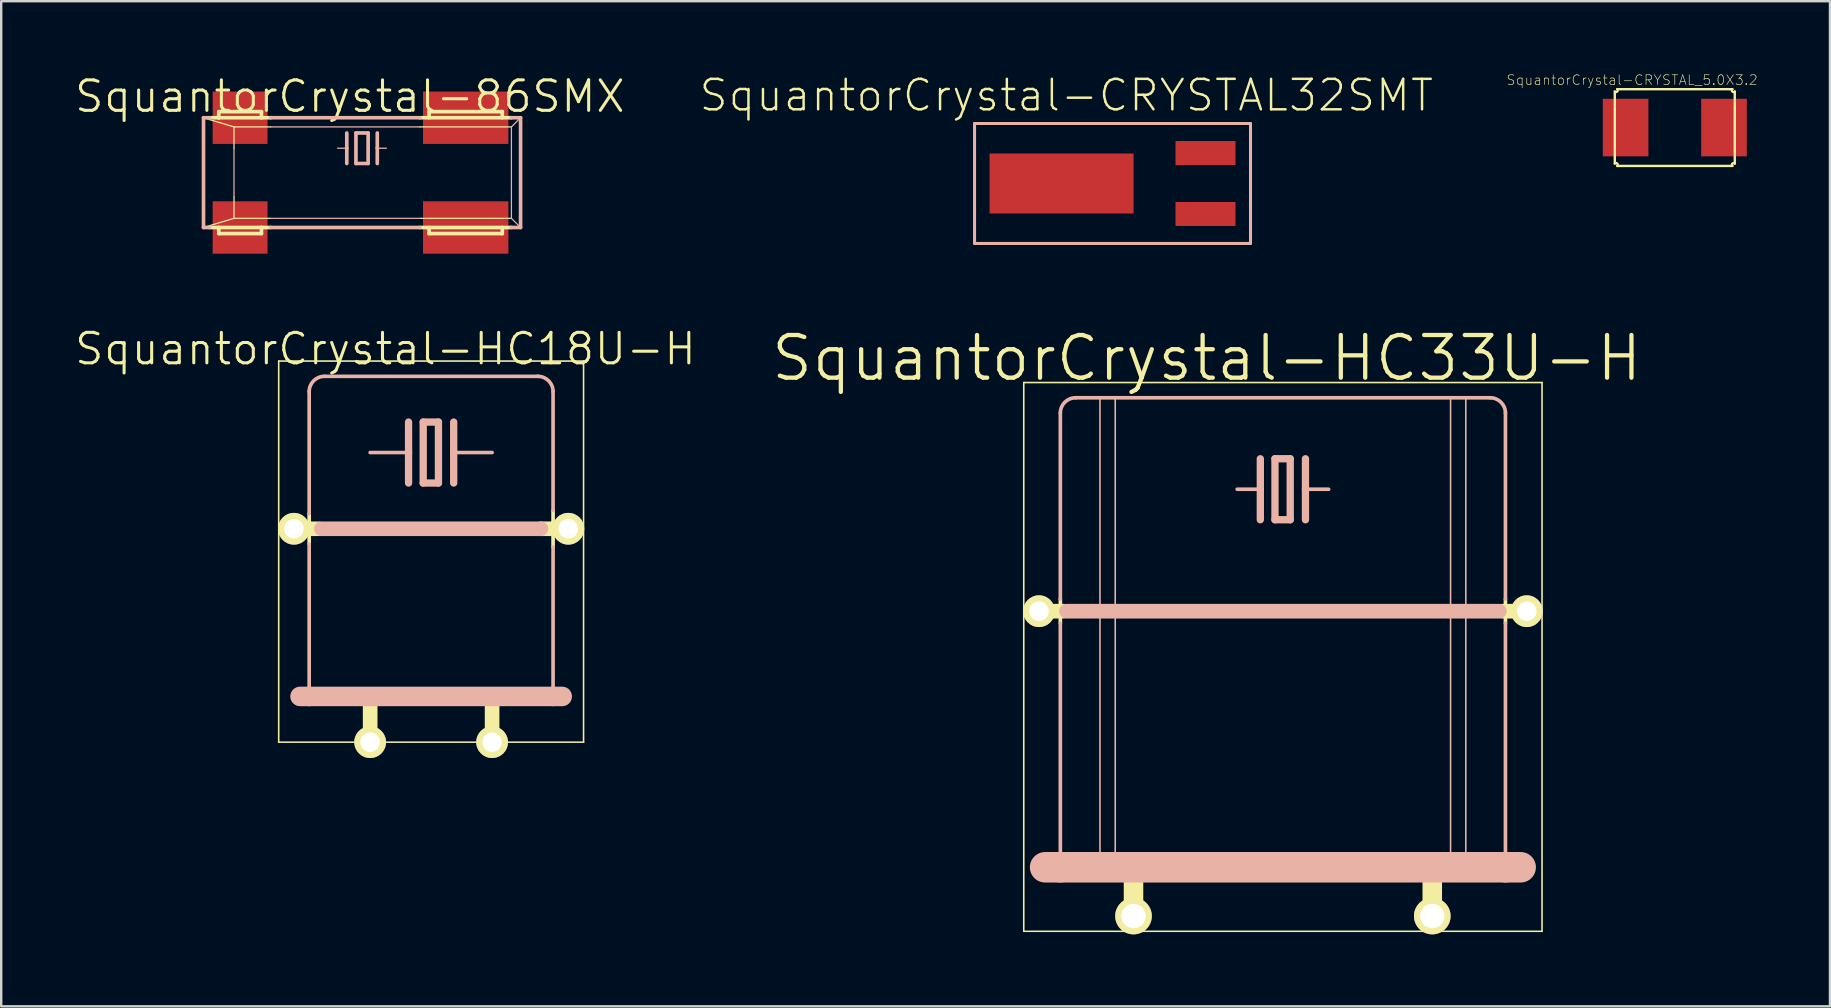
<source format=kicad_pcb>
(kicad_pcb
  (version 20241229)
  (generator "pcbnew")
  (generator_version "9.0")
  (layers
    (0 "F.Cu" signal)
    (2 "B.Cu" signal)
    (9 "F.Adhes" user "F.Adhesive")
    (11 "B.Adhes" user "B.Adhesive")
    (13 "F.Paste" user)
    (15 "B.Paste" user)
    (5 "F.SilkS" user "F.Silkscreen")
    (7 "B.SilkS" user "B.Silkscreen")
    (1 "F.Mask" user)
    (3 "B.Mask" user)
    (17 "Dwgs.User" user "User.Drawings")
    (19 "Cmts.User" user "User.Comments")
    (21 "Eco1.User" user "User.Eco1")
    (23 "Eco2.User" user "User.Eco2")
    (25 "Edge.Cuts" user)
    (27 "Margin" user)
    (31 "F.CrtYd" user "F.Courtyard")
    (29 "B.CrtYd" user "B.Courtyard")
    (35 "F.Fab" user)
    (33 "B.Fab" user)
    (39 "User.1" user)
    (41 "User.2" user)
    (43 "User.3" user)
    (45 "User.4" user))
  (footprint "SquantorCrystal-CRYSTAL32SMT"
    (layer "F.Cu")
    (at 45.046 4.594)
    (property "Reference" "SquantorCrystal-CRYSTAL32SMT" (at -3.673 -3.673 0) (layer "F.SilkS") (effects (font (size 1.27 1.27) (thickness 0.102))))
    (attr smd)
    (fp_line (start -7.498 -2.499) (end -7.498 2.499) (stroke (width 0.127) (type solid)) (layer "B.SilkS"))
    (fp_line (start -7.498 2.499) (end 3.998 2.499) (stroke (width 0.127) (type solid)) (layer "B.SilkS"))
    (fp_line (start 3.998 -2.499) (end -7.498 -2.499) (stroke (width 0.127) (type solid)) (layer "B.SilkS"))
    (fp_line (start 3.998 2.499) (end 3.998 -2.499) (stroke (width 0.127) (type solid)) (layer "B.SilkS"))
    (pad "1" smd rect (at 2.123 -1.27) (size 2.499 0.998) (layers "F.Cu" "F.Mask" "F.Paste"))
    (pad "2" smd rect (at 2.123 1.27) (size 2.499 0.998) (layers "F.Cu" "F.Mask" "F.Paste"))
    (pad "CYLI" smd rect (at -3.873 0) (size 5.999 2.499) (layers "F.Cu" "F.Mask" "F.Paste")))
  (footprint "SquantorCrystal-CRYSTAL_5.0X3.2"
    (layer "F.Cu")
    (at 66.719 2.264)
    (property "Reference" "SquantorCrystal-CRYSTAL_5.0X3.2" (at -1.778 -1.981 0) (layer "F.SilkS") (effects (font (size 0.406 0.406) (thickness 0.025))))
    (attr smd)
    (fp_line (start -2.499 -1.499) (end -2.499 1.499) (stroke (width 0.099) (type solid)) (layer "F.SilkS"))
    (fp_line (start -2.398 -1.598) (end 2.398 -1.598) (stroke (width 0.099) (type solid)) (layer "F.SilkS"))
    (fp_line (start -2.398 1.598) (end 2.398 1.598) (stroke (width 0.099) (type solid)) (layer "F.SilkS"))
    (fp_line (start 2.499 -1.499) (end 2.499 1.499) (stroke (width 0.099) (type solid)) (layer "F.SilkS"))
    (fp_arc (start -2.49936 1.4986) (mid -2.39776 1.4986) (end -2.39776 1.6002) (stroke (width 0.09906) (type solid)) (layer "F.SilkS"))
    (fp_arc (start -2.39776 -1.59766) (mid -2.4003 -1.4986) (end -2.49936 -1.50114) (stroke (width 0.09906) (type solid)) (layer "F.SilkS"))
    (fp_arc (start 2.39776 1.59766) (mid 2.4003 1.4986) (end 2.49936 1.50114) (stroke (width 0.09906) (type solid)) (layer "F.SilkS"))
    (fp_arc (start 2.49936 -1.4986) (mid 2.39776 -1.4986) (end 2.39776 -1.6002) (stroke (width 0.09906) (type solid)) (layer "F.SilkS"))
    (pad "1" smd rect (at -2.05 0) (size 1.9 2.398) (layers "F.Cu" "F.Mask" "F.Paste"))
    (pad "2" smd rect (at 2.05 0) (size 1.9 2.398) (layers "F.Cu" "F.Mask" "F.Paste")))
  (footprint "SquantorCrystal-HC18U-H"
    (layer "F.Cu")
    (at 14.91 22.787)
    (property "Reference" "SquantorCrystal-HC18U-H" (at -1.905 -11.303 0) (layer "F.SilkS") (effects (font (size 1.27 1.27) (thickness 0.127))))
    (attr exclude_from_pos_files exclude_from_bom)
    (fp_line (start -6.35 -10.795) (end 6.35 -10.795) (stroke (width 0.066) (type solid)) (layer "F.SilkS"))
    (fp_line (start -6.35 5.08) (end -6.35 -10.795) (stroke (width 0.066) (type solid)) (layer "F.SilkS"))
    (fp_line (start -6.35 5.08) (end 6.35 5.08) (stroke (width 0.066) (type solid)) (layer "F.SilkS"))
    (fp_line (start -5.08 -4.445) (end -5.08 -3.175) (stroke (width 0.152) (type solid)) (layer "F.SilkS"))
    (fp_line (start -4.699 -3.81) (end -5.715 -3.81) (stroke (width 0.61) (type solid)) (layer "F.SilkS"))
    (fp_line (start -2.54 3.302) (end -2.54 5.08) (stroke (width 0.61) (type solid)) (layer "F.SilkS"))
    (fp_line (start 2.54 3.302) (end 2.54 5.08) (stroke (width 0.61) (type solid)) (layer "F.SilkS"))
    (fp_line (start 4.572 -3.81) (end 5.08 -3.81) (stroke (width 0.61) (type solid)) (layer "F.SilkS"))
    (fp_line (start 5.08 -3.81) (end 5.08 -4.572) (stroke (width 0.152) (type solid)) (layer "F.SilkS"))
    (fp_line (start 5.08 -3.81) (end 5.08 -3.048) (stroke (width 0.152) (type solid)) (layer "F.SilkS"))
    (fp_line (start 5.08 -3.81) (end 5.715 -3.81) (stroke (width 0.61) (type solid)) (layer "F.SilkS"))
    (fp_line (start 6.35 5.08) (end 6.35 -10.795) (stroke (width 0.066) (type solid)) (layer "F.SilkS"))
    (fp_line (start -5.08 -4.445) (end -5.08 -9.525) (stroke (width 0.152) (type solid)) (layer "B.SilkS"))
    (fp_line (start -5.08 -3.175) (end -5.08 3.175) (stroke (width 0.152) (type solid)) (layer "B.SilkS"))
    (fp_line (start -5.08 3.175) (end -5.461 3.175) (stroke (width 0.813) (type solid)) (layer "B.SilkS"))
    (fp_line (start -4.572 -3.81) (end 4.572 -3.81) (stroke (width 0.61) (type solid)) (layer "B.SilkS"))
    (fp_line (start -0.94 -8.255) (end -0.94 -6.985) (stroke (width 0.305) (type solid)) (layer "B.SilkS"))
    (fp_line (start -0.94 -6.985) (end -2.54 -6.985) (stroke (width 0.152) (type solid)) (layer "B.SilkS"))
    (fp_line (start -0.94 -6.985) (end -0.94 -5.715) (stroke (width 0.305) (type solid)) (layer "B.SilkS"))
    (fp_line (start -0.33 -8.255) (end -0.33 -5.715) (stroke (width 0.305) (type solid)) (layer "B.SilkS"))
    (fp_line (start -0.33 -5.715) (end 0.305 -5.715) (stroke (width 0.305) (type solid)) (layer "B.SilkS"))
    (fp_line (start 0.305 -8.255) (end -0.33 -8.255) (stroke (width 0.305) (type solid)) (layer "B.SilkS"))
    (fp_line (start 0.305 -5.715) (end 0.305 -8.255) (stroke (width 0.305) (type solid)) (layer "B.SilkS"))
    (fp_line (start 0.94 -8.255) (end 0.94 -6.985) (stroke (width 0.305) (type solid)) (layer "B.SilkS"))
    (fp_line (start 0.94 -6.985) (end 0.94 -5.715) (stroke (width 0.305) (type solid)) (layer "B.SilkS"))
    (fp_line (start 0.94 -6.985) (end 2.54 -6.985) (stroke (width 0.152) (type solid)) (layer "B.SilkS"))
    (fp_line (start 4.445 -10.16) (end -4.445 -10.16) (stroke (width 0.152) (type solid)) (layer "B.SilkS"))
    (fp_line (start 5.08 -4.572) (end 5.08 -9.525) (stroke (width 0.152) (type solid)) (layer "B.SilkS"))
    (fp_line (start 5.08 -3.048) (end 5.08 3.175) (stroke (width 0.152) (type solid)) (layer "B.SilkS"))
    (fp_line (start 5.08 3.175) (end -5.08 3.175) (stroke (width 0.813) (type solid)) (layer "B.SilkS"))
    (fp_line (start 5.461 3.175) (end 5.08 3.175) (stroke (width 0.813) (type solid)) (layer "B.SilkS"))
    (fp_arc (start -5.08 -9.525) (mid -4.894013 -9.974013) (end -4.445 -10.16) (stroke (width 0.1524) (type solid)) (layer "B.SilkS"))
    (fp_arc (start 4.445 -10.16) (mid 4.894013 -9.974013) (end 5.08 -9.525) (stroke (width 0.1524) (type solid)) (layer "B.SilkS"))
    (pad "1" thru_hole circle (at -2.54 5.08) (size 1.321 1.321) (drill 0.813) (layers "*.Cu" "F.Mask" "F.SilkS" "F.Paste"))
    (pad "2" thru_hole circle (at 2.54 5.08) (size 1.321 1.321) (drill 0.813) (layers "*.Cu" "F.Mask" "F.SilkS" "F.Paste"))
    (pad "M" thru_hole circle (at -5.715 -3.81) (size 1.321 1.321) (drill 0.813) (layers "*.Cu" "F.Mask" "F.SilkS" "F.Paste"))
    (pad "M1" thru_hole circle (at 5.715 -3.81) (size 1.321 1.321) (drill 0.813) (layers "*.Cu" "F.Mask" "F.SilkS" "F.Paste")))
  (footprint "SquantorCrystal-86SMX"
    (layer "F.Cu")
    (at 12.032 4.141)
    (property "Reference" "SquantorCrystal-86SMX" (at -0.508 -3.175 0) (layer "F.SilkS") (effects (font (size 1.27 1.27) (thickness 0.127))))
    (attr smd)
    (fp_line (start -6.35 -2.286) (end -5.969 -2.286) (stroke (width 0.152) (type solid)) (layer "F.SilkS"))
    (fp_line (start -6.35 2.286) (end -5.969 2.286) (stroke (width 0.152) (type solid)) (layer "F.SilkS"))
    (fp_line (start -5.969 -2.54) (end -5.969 -2.286) (stroke (width 0.152) (type solid)) (layer "F.SilkS"))
    (fp_line (start -5.969 -2.54) (end -4.191 -2.54) (stroke (width 0.152) (type solid)) (layer "F.SilkS"))
    (fp_line (start -5.969 -2.286) (end -4.191 -2.286) (stroke (width 0.152) (type solid)) (layer "F.SilkS"))
    (fp_line (start -5.969 2.286) (end -4.191 2.286) (stroke (width 0.152) (type solid)) (layer "F.SilkS"))
    (fp_line (start -5.969 2.54) (end -5.969 2.286) (stroke (width 0.152) (type solid)) (layer "F.SilkS"))
    (fp_line (start -5.969 2.54) (end -4.191 2.54) (stroke (width 0.152) (type solid)) (layer "F.SilkS"))
    (fp_line (start -5.334 -1.905) (end -6.35 -2.207) (stroke (width 0.051) (type solid)) (layer "F.SilkS"))
    (fp_line (start -5.334 -1.905) (end -5.334 -1.016) (stroke (width 0.051) (type solid)) (layer "F.SilkS"))
    (fp_line (start -5.334 -1.905) (end -3.81 -1.905) (stroke (width 0.051) (type solid)) (layer "F.SilkS"))
    (fp_line (start -5.334 1.016) (end -5.334 1.905) (stroke (width 0.051) (type solid)) (layer "F.SilkS"))
    (fp_line (start -5.334 1.905) (end -6.35 2.207) (stroke (width 0.051) (type solid)) (layer "F.SilkS"))
    (fp_line (start -5.334 1.905) (end -3.81 1.905) (stroke (width 0.051) (type solid)) (layer "F.SilkS"))
    (fp_line (start -4.191 -2.54) (end -4.191 -2.286) (stroke (width 0.152) (type solid)) (layer "F.SilkS"))
    (fp_line (start -4.191 -2.286) (end -3.81 -2.286) (stroke (width 0.152) (type solid)) (layer "F.SilkS"))
    (fp_line (start -4.191 2.286) (end -3.81 2.286) (stroke (width 0.152) (type solid)) (layer "F.SilkS"))
    (fp_line (start -4.191 2.54) (end -4.191 2.286) (stroke (width 0.152) (type solid)) (layer "F.SilkS"))
    (fp_line (start 2.413 -2.286) (end 6.223 -2.286) (stroke (width 0.152) (type solid)) (layer "F.SilkS"))
    (fp_line (start 2.413 -1.905) (end 6.223 -1.905) (stroke (width 0.051) (type solid)) (layer "F.SilkS"))
    (fp_line (start 2.413 1.905) (end 6.223 1.905) (stroke (width 0.051) (type solid)) (layer "F.SilkS"))
    (fp_line (start 2.413 2.286) (end 6.223 2.286) (stroke (width 0.152) (type solid)) (layer "F.SilkS"))
    (fp_line (start 2.794 -2.54) (end 5.842 -2.54) (stroke (width 0.152) (type solid)) (layer "F.SilkS"))
    (fp_line (start 2.794 -2.286) (end 2.794 -2.54) (stroke (width 0.152) (type solid)) (layer "F.SilkS"))
    (fp_line (start 2.794 2.286) (end 2.794 2.54) (stroke (width 0.152) (type solid)) (layer "F.SilkS"))
    (fp_line (start 2.794 2.54) (end 5.842 2.54) (stroke (width 0.152) (type solid)) (layer "F.SilkS"))
    (fp_line (start 5.842 -2.54) (end 5.842 -2.286) (stroke (width 0.152) (type solid)) (layer "F.SilkS"))
    (fp_line (start 5.842 2.54) (end 5.842 2.286) (stroke (width 0.152) (type solid)) (layer "F.SilkS"))
    (fp_line (start -6.604 -2.286) (end -6.35 -2.286) (stroke (width 0.152) (type solid)) (layer "B.SilkS"))
    (fp_line (start -6.604 2.286) (end -6.604 -2.286) (stroke (width 0.152) (type solid)) (layer "B.SilkS"))
    (fp_line (start -6.604 2.286) (end -6.35 2.286) (stroke (width 0.152) (type solid)) (layer "B.SilkS"))
    (fp_line (start -6.35 -2.207) (end -6.604 -2.286) (stroke (width 0.051) (type solid)) (layer "B.SilkS"))
    (fp_line (start -6.35 2.207) (end -6.604 2.286) (stroke (width 0.051) (type solid)) (layer "B.SilkS"))
    (fp_line (start -5.334 -1.016) (end -5.334 1.016) (stroke (width 0.051) (type solid)) (layer "B.SilkS"))
    (fp_line (start -3.81 -2.286) (end 2.413 -2.286) (stroke (width 0.152) (type solid)) (layer "B.SilkS"))
    (fp_line (start -3.81 -1.905) (end 2.413 -1.905) (stroke (width 0.051) (type solid)) (layer "B.SilkS"))
    (fp_line (start -3.81 1.905) (end 2.413 1.905) (stroke (width 0.051) (type solid)) (layer "B.SilkS"))
    (fp_line (start -3.81 2.286) (end 2.413 2.286) (stroke (width 0.152) (type solid)) (layer "B.SilkS"))
    (fp_line (start -0.635 -1.651) (end -0.635 -1.016) (stroke (width 0.152) (type solid)) (layer "B.SilkS"))
    (fp_line (start -0.635 -1.016) (end -1.016 -1.016) (stroke (width 0.051) (type solid)) (layer "B.SilkS"))
    (fp_line (start -0.635 -1.016) (end -0.635 -0.381) (stroke (width 0.152) (type solid)) (layer "B.SilkS"))
    (fp_line (start -0.254 -1.651) (end -0.254 -0.381) (stroke (width 0.152) (type solid)) (layer "B.SilkS"))
    (fp_line (start -0.254 -0.381) (end 0.254 -0.381) (stroke (width 0.152) (type solid)) (layer "B.SilkS"))
    (fp_line (start 0.254 -1.651) (end -0.254 -1.651) (stroke (width 0.152) (type solid)) (layer "B.SilkS"))
    (fp_line (start 0.254 -0.381) (end 0.254 -1.651) (stroke (width 0.152) (type solid)) (layer "B.SilkS"))
    (fp_line (start 0.635 -1.651) (end 0.635 -1.016) (stroke (width 0.152) (type solid)) (layer "B.SilkS"))
    (fp_line (start 0.635 -1.016) (end 0.635 -0.381) (stroke (width 0.152) (type solid)) (layer "B.SilkS"))
    (fp_line (start 0.635 -1.016) (end 1.016 -1.016) (stroke (width 0.051) (type solid)) (layer "B.SilkS"))
    (fp_line (start 6.223 -2.286) (end 6.604 -2.286) (stroke (width 0.152) (type solid)) (layer "B.SilkS"))
    (fp_line (start 6.223 -1.905) (end 6.604 -2.286) (stroke (width 0.051) (type solid)) (layer "B.SilkS"))
    (fp_line (start 6.223 1.905) (end 6.223 -1.905) (stroke (width 0.051) (type solid)) (layer "B.SilkS"))
    (fp_line (start 6.223 1.905) (end 6.604 2.286) (stroke (width 0.051) (type solid)) (layer "B.SilkS"))
    (fp_line (start 6.223 2.286) (end 6.604 2.286) (stroke (width 0.152) (type solid)) (layer "B.SilkS"))
    (fp_line (start 6.604 -2.286) (end 6.604 2.286) (stroke (width 0.152) (type solid)) (layer "B.SilkS"))
    (pad "1" smd rect (at -5.08 2.286) (size 2.286 2.182) (layers "F.Cu" "F.Mask" "F.Paste"))
    (pad "2" smd rect (at 4.318 2.286) (size 3.556 2.182) (layers "F.Cu" "F.Mask" "F.Paste"))
    (pad "3" smd rect (at 4.318 -2.286) (size 3.556 2.182) (layers "F.Cu" "F.Mask" "F.Paste"))
    (pad "4" smd rect (at -5.08 -2.286) (size 2.286 2.182) (layers "F.Cu" "F.Mask" "F.Paste")))
  (footprint "SquantorCrystal-HC33U-H"
    (layer "F.Cu")
    (at 50.393 30.031)
    (property "Reference" "SquantorCrystal-HC33U-H" (at -3.175 -18.161 0) (layer "F.SilkS") (effects (font (size 1.778 1.778) (thickness 0.178))))
    (attr exclude_from_pos_files exclude_from_bom)
    (fp_line (start -10.795 -17.145) (end 10.795 -17.145) (stroke (width 0.066) (type solid)) (layer "F.SilkS"))
    (fp_line (start -10.795 5.715) (end -10.795 -17.145) (stroke (width 0.066) (type solid)) (layer "F.SilkS"))
    (fp_line (start -10.795 5.715) (end 10.795 5.715) (stroke (width 0.066) (type solid)) (layer "F.SilkS"))
    (fp_line (start -10.16 -7.62) (end -9.144 -7.62) (stroke (width 0.61) (type solid)) (layer "F.SilkS"))
    (fp_line (start -9.271 -8.128) (end -9.271 -7.112) (stroke (width 0.152) (type solid)) (layer "F.SilkS"))
    (fp_line (start -6.223 3.175) (end -6.223 5.08) (stroke (width 0.813) (type solid)) (layer "F.SilkS"))
    (fp_line (start 6.223 3.175) (end 6.223 5.08) (stroke (width 0.813) (type solid)) (layer "F.SilkS"))
    (fp_line (start 9.144 -7.62) (end 10.16 -7.62) (stroke (width 0.61) (type solid)) (layer "F.SilkS"))
    (fp_line (start 9.271 -8.128) (end 9.271 -7.112) (stroke (width 0.152) (type solid)) (layer "F.SilkS"))
    (fp_line (start 10.795 5.715) (end 10.795 -17.145) (stroke (width 0.066) (type solid)) (layer "F.SilkS"))
    (fp_line (start -9.906 3.048) (end -9.271 3.048) (stroke (width 1.27) (type solid)) (layer "B.SilkS"))
    (fp_line (start -9.271 -8.128) (end -9.271 -15.875) (stroke (width 0.152) (type solid)) (layer "B.SilkS"))
    (fp_line (start -9.271 -7.112) (end -9.271 3.048) (stroke (width 0.152) (type solid)) (layer "B.SilkS"))
    (fp_line (start -9.271 3.048) (end 9.271 3.048) (stroke (width 1.27) (type solid)) (layer "B.SilkS"))
    (fp_line (start -9.017 -7.62) (end 9.017 -7.62) (stroke (width 0.61) (type solid)) (layer "B.SilkS"))
    (fp_line (start -7.62 -16.51) (end -6.985 -16.51) (stroke (width 0.066) (type solid)) (layer "B.SilkS"))
    (fp_line (start -7.62 3.175) (end -7.62 -16.51) (stroke (width 0.066) (type solid)) (layer "B.SilkS"))
    (fp_line (start -7.62 3.175) (end -6.985 3.175) (stroke (width 0.066) (type solid)) (layer "B.SilkS"))
    (fp_line (start -6.985 3.175) (end -6.985 -16.51) (stroke (width 0.066) (type solid)) (layer "B.SilkS"))
    (fp_line (start -0.94 -13.97) (end -0.94 -12.7) (stroke (width 0.305) (type solid)) (layer "B.SilkS"))
    (fp_line (start -0.94 -12.7) (end -1.905 -12.7) (stroke (width 0.152) (type solid)) (layer "B.SilkS"))
    (fp_line (start -0.94 -12.7) (end -0.94 -11.43) (stroke (width 0.305) (type solid)) (layer "B.SilkS"))
    (fp_line (start -0.33 -13.97) (end -0.33 -11.43) (stroke (width 0.305) (type solid)) (layer "B.SilkS"))
    (fp_line (start -0.33 -11.43) (end 0.305 -11.43) (stroke (width 0.305) (type solid)) (layer "B.SilkS"))
    (fp_line (start 0.305 -13.97) (end -0.33 -13.97) (stroke (width 0.305) (type solid)) (layer "B.SilkS"))
    (fp_line (start 0.305 -11.43) (end 0.305 -13.97) (stroke (width 0.305) (type solid)) (layer "B.SilkS"))
    (fp_line (start 0.94 -13.97) (end 0.94 -12.7) (stroke (width 0.305) (type solid)) (layer "B.SilkS"))
    (fp_line (start 0.94 -12.7) (end 0.94 -11.43) (stroke (width 0.305) (type solid)) (layer "B.SilkS"))
    (fp_line (start 0.94 -12.7) (end 1.905 -12.7) (stroke (width 0.152) (type solid)) (layer "B.SilkS"))
    (fp_line (start 6.985 -16.51) (end 7.62 -16.51) (stroke (width 0.066) (type solid)) (layer "B.SilkS"))
    (fp_line (start 6.985 3.175) (end 6.985 -16.51) (stroke (width 0.066) (type solid)) (layer "B.SilkS"))
    (fp_line (start 6.985 3.175) (end 7.62 3.175) (stroke (width 0.066) (type solid)) (layer "B.SilkS"))
    (fp_line (start 7.62 3.175) (end 7.62 -16.51) (stroke (width 0.066) (type solid)) (layer "B.SilkS"))
    (fp_line (start 8.636 -16.51) (end -8.636 -16.51) (stroke (width 0.152) (type solid)) (layer "B.SilkS"))
    (fp_line (start 9.271 -8.128) (end 9.271 -15.875) (stroke (width 0.152) (type solid)) (layer "B.SilkS"))
    (fp_line (start 9.271 -7.112) (end 9.271 3.048) (stroke (width 0.152) (type solid)) (layer "B.SilkS"))
    (fp_line (start 9.271 3.048) (end 9.906 3.048) (stroke (width 1.27) (type solid)) (layer "B.SilkS"))
    (fp_arc (start -9.271 -15.875) (mid -9.085013 -16.324013) (end -8.636 -16.51) (stroke (width 0.1524) (type solid)) (layer "B.SilkS"))
    (fp_arc (start 8.636 -16.51) (mid 9.085013 -16.324013) (end 9.271 -15.875) (stroke (width 0.1524) (type solid)) (layer "B.SilkS"))
    (pad "1" thru_hole circle (at -6.223 5.08) (size 1.524 1.524) (drill 1.016) (layers "*.Cu" "F.Mask" "F.SilkS" "F.Paste"))
    (pad "2" thru_hole circle (at 6.223 5.08) (size 1.524 1.524) (drill 1.016) (layers "*.Cu" "F.Mask" "F.SilkS" "F.Paste"))
    (pad "M" thru_hole circle (at -10.16 -7.62) (size 1.321 1.321) (drill 0.813) (layers "*.Cu" "F.Mask" "F.SilkS" "F.Paste"))
    (pad "M1" thru_hole circle (at 10.16 -7.62) (size 1.321 1.321) (drill 0.813) (layers "*.Cu" "F.Mask" "F.SilkS" "F.Paste")))
  (gr_rect
    (start -3 -3)
    (end 73.183 38.873)
    (stroke (width 0.1) (type default))
    (fill no)
    (layer "Edge.Cuts")))
</source>
